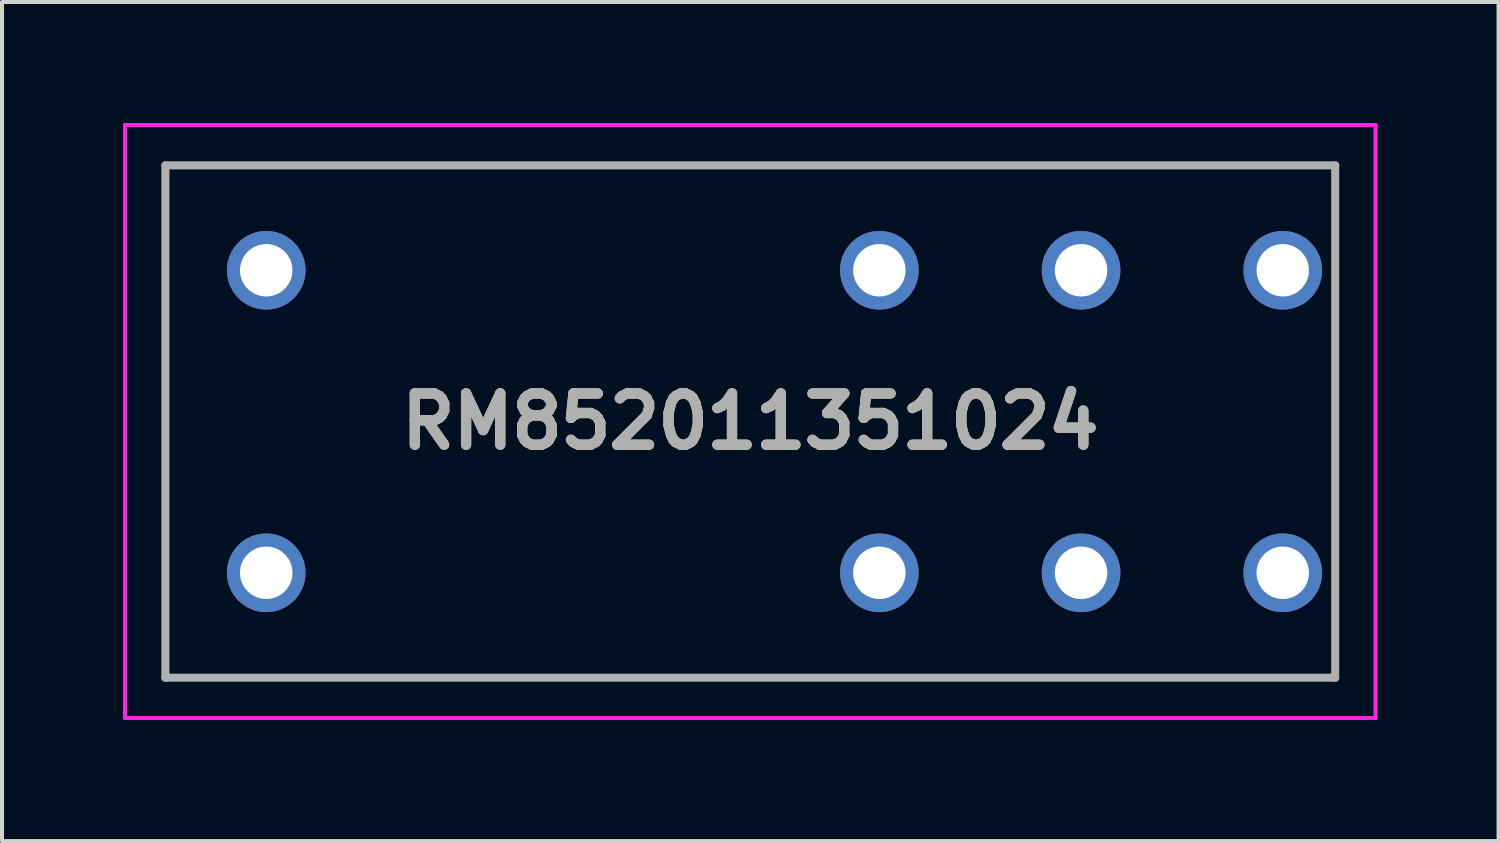
<source format=kicad_pcb>
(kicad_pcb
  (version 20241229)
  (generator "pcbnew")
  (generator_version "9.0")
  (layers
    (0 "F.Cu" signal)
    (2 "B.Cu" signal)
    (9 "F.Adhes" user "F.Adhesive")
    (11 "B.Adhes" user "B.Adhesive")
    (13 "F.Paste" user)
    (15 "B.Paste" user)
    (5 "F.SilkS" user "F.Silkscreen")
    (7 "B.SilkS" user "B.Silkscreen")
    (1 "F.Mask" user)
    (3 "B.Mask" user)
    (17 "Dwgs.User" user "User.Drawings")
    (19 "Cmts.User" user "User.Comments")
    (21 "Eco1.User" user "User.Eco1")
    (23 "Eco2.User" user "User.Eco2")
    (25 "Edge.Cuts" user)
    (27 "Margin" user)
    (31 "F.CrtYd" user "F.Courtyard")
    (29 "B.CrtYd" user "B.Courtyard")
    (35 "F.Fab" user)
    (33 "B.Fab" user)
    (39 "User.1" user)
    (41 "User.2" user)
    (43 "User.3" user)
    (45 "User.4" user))
  (footprint "RM852011351024"
    (layer "F.Cu")
    (at 23.75 11.15)
    (property "Reference" "RM852011351024" (at -8.2 -3.75 0) (layer "F.SilkS") (effects (font (size 1.27 1.27) (thickness 0.254))))
    (attr through_hole)
    (fp_line (start -22.7 -10.1) (end 6.3 -10.1) (stroke (width 0.1) (type solid)) (layer "F.SilkS"))
    (fp_line (start -22.7 2.6) (end -22.7 -10.1) (stroke (width 0.1) (type solid)) (layer "F.SilkS"))
    (fp_line (start 6.3 -10.1) (end 6.3 2.6) (stroke (width 0.1) (type solid)) (layer "F.SilkS"))
    (fp_line (start 6.3 2.6) (end -22.7 2.6) (stroke (width 0.1) (type solid)) (layer "F.SilkS"))
    (fp_line (start -23.7 -11.1) (end -23.7 3.6) (stroke (width 0.1) (type solid)) (layer "F.CrtYd"))
    (fp_line (start -23.7 3.6) (end 7.3 3.6) (stroke (width 0.1) (type solid)) (layer "F.CrtYd"))
    (fp_line (start 7.3 -11.1) (end -23.7 -11.1) (stroke (width 0.1) (type solid)) (layer "F.CrtYd"))
    (fp_line (start 7.3 3.6) (end 7.3 -11.1) (stroke (width 0.1) (type solid)) (layer "F.CrtYd"))
    (fp_line (start -22.7 -10.1) (end 6.3 -10.1) (stroke (width 0.2) (type solid)) (layer "F.Fab"))
    (fp_line (start -22.7 2.6) (end -22.7 -10.1) (stroke (width 0.2) (type solid)) (layer "F.Fab"))
    (fp_line (start 6.3 -10.1) (end 6.3 2.6) (stroke (width 0.2) (type solid)) (layer "F.Fab"))
    (fp_line (start 6.3 2.6) (end -22.7 2.6) (stroke (width 0.2) (type solid)) (layer "F.Fab"))
    (fp_text user "${REFERENCE}" (at -8.2 -3.75 0) (layer "F.Fab") (effects (font (size 1.27 1.27) (thickness 0.254))))
    (pad "11" thru_hole circle (at 0 0) (size 1.95 1.95) (drill 1.3) (layers "*.Cu" "*.Mask"))
    (pad "12" thru_hole circle (at -5 0) (size 1.95 1.95) (drill 1.3) (layers "*.Cu" "*.Mask"))
    (pad "14" thru_hole circle (at 5 0) (size 1.95 1.95) (drill 1.3) (layers "*.Cu" "*.Mask"))
    (pad "21" thru_hole circle (at 0 -7.5) (size 1.95 1.95) (drill 1.3) (layers "*.Cu" "*.Mask"))
    (pad "22" thru_hole circle (at -5 -7.5) (size 1.95 1.95) (drill 1.3) (layers "*.Cu" "*.Mask"))
    (pad "24" thru_hole circle (at 5 -7.5) (size 1.95 1.95) (drill 1.3) (layers "*.Cu" "*.Mask"))
    (pad "A1" thru_hole circle (at -20.2 0) (size 1.95 1.95) (drill 1.3) (layers "*.Cu" "*.Mask"))
    (pad "A2" thru_hole circle (at -20.2 -7.5) (size 1.95 1.95) (drill 1.3) (layers "*.Cu" "*.Mask")))
  (gr_rect
    (start -3 -3)
    (end 34.1 17.8)
    (stroke (width 0.1) (type default))
    (fill no)
    (layer "Edge.Cuts")))
</source>
